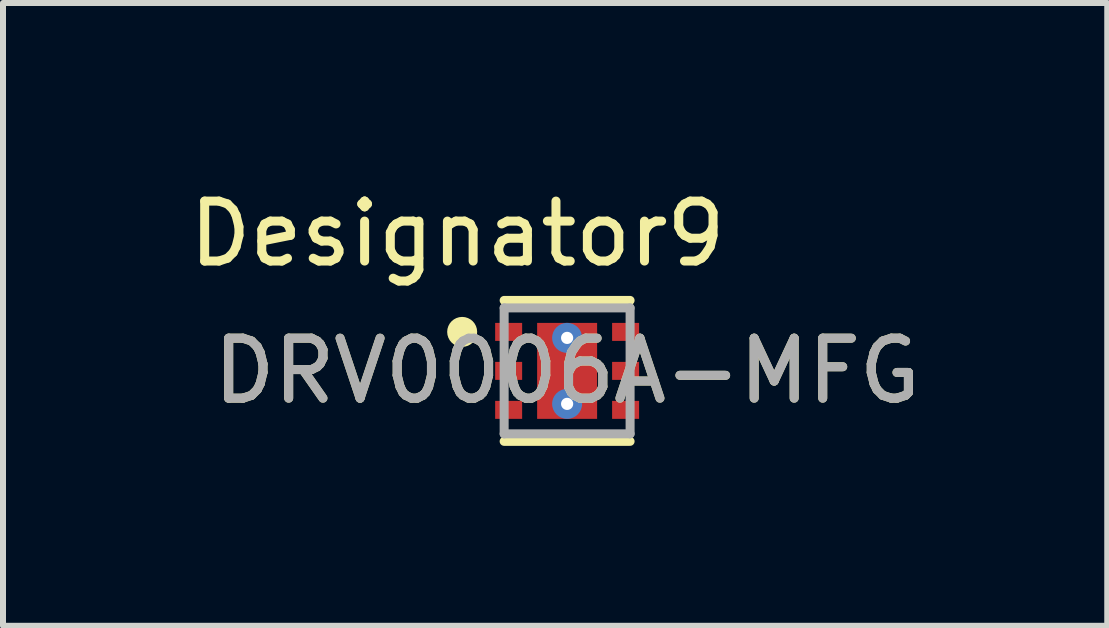
<source format=kicad_pcb>
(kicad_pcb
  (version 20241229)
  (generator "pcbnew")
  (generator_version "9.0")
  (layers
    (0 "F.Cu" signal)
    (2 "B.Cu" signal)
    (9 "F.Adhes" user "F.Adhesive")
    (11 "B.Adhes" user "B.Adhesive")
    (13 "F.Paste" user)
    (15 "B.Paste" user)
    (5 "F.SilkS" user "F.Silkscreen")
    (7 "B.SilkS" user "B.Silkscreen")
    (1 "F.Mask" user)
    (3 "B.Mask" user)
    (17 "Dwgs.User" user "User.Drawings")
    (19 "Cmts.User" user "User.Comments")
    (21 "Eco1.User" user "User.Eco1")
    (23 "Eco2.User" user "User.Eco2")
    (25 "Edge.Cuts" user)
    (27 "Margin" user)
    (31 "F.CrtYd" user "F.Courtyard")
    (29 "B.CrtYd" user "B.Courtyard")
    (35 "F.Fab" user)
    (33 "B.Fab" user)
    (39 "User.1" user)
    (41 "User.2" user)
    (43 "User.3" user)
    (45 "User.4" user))
  (footprint "DRV0006A-MFG"
    (layer "F.Cu")
    (at 6.406 3.134)
    (property "Reference" "DRV0006A-MFG" (at 0 0 0) (unlocked yes) (layer "F.SilkS") (effects (font (size 1 1) (thickness 0.15))))
    (attr smd)
    (fp_line (start -1.05 -1.175) (end 1.05 -1.175) (stroke (width 0.15) (type solid)) (layer "F.SilkS"))
    (fp_line (start -1.05 1.175) (end 1.05 1.175) (stroke (width 0.15) (type solid)) (layer "F.SilkS"))
    (fp_circle (center -1.75 -0.65) (end -1.625 -0.65) (stroke (width 0.25) (type solid)) (fill no) (layer "F.SilkS"))
    (fp_poly (pts (xy -0.5 0.15) (xy -0.45 0.1) (xy 0.45 0.1) (xy 0.5 0.15) (xy 0.5 0.75) (xy 0.45 0.8) (xy -0.45 0.8) (xy -0.5 0.75)) (stroke (width 0) (type solid)) (fill yes) (layer "F.Paste"))
    (fp_poly (pts (xy 0.45 -0.8) (xy 0.5 -0.75) (xy 0.5 -0.15) (xy 0.45 -0.1) (xy -0.45 -0.1) (xy -0.5 -0.15) (xy -0.5 -0.75) (xy -0.45 -0.8)) (stroke (width 0) (type solid)) (fill yes) (layer "F.Paste"))
    (fp_line (start -1.05 -1.05) (end 1.05 -1.05) (stroke (width 0.15) (type solid)) (layer "F.Fab"))
    (fp_line (start -1.05 1.05) (end -1.05 -1.05) (stroke (width 0.15) (type solid)) (layer "F.Fab"))
    (fp_line (start -1.05 1.05) (end 1.05 1.05) (stroke (width 0.15) (type solid)) (layer "F.Fab"))
    (fp_line (start 1.05 1.05) (end 1.05 -1.05) (stroke (width 0.15) (type solid)) (layer "F.Fab"))
    (fp_text user "Designator9" (at -1.829 -2.286 0) (unlocked yes) (layer "F.SilkS") (effects (font (size 1 1) (thickness 0.15))))
    (fp_text user "${REFERENCE}" (at 0 0 0) (unlocked yes) (layer "F.Fab") (effects (font (size 1 1) (thickness 0.15))))
    (pad "1" smd rect (at -0.975 -0.65) (size 0.45 0.3) (layers "F.Cu" "F.Mask" "F.Paste"))
    (pad "2" smd rect (at -0.975 0) (size 0.45 0.3) (layers "F.Cu" "F.Mask" "F.Paste"))
    (pad "3" smd rect (at -0.975 0.65) (size 0.45 0.3) (layers "F.Cu" "F.Mask" "F.Paste"))
    (pad "4" smd rect (at 0.975 0.65) (size 0.45 0.3) (layers "F.Cu" "F.Mask" "F.Paste"))
    (pad "5" smd rect (at 0.975 0) (size 0.45 0.3) (layers "F.Cu" "F.Mask" "F.Paste"))
    (pad "6" smd rect (at 0.975 -0.65) (size 0.45 0.3) (layers "F.Cu" "F.Mask" "F.Paste"))
    (pad "7" smd rect (at 0 0) (size 1 1.6) (layers "F.Cu" "F.Mask"))
    (pad "8" thru_hole circle (at 0 0.55) (size 0.5 0.5) (drill 0.203) (layers "*.Cu" "*.Mask"))
    (pad "9" thru_hole circle (at 0 -0.55) (size 0.5 0.5) (drill 0.203) (layers "*.Cu" "*.Mask")))
  (gr_rect
    (start -3 -3)
    (end 15.412 7.384)
    (stroke (width 0.1) (type default))
    (fill no)
    (layer "Edge.Cuts")))
</source>
